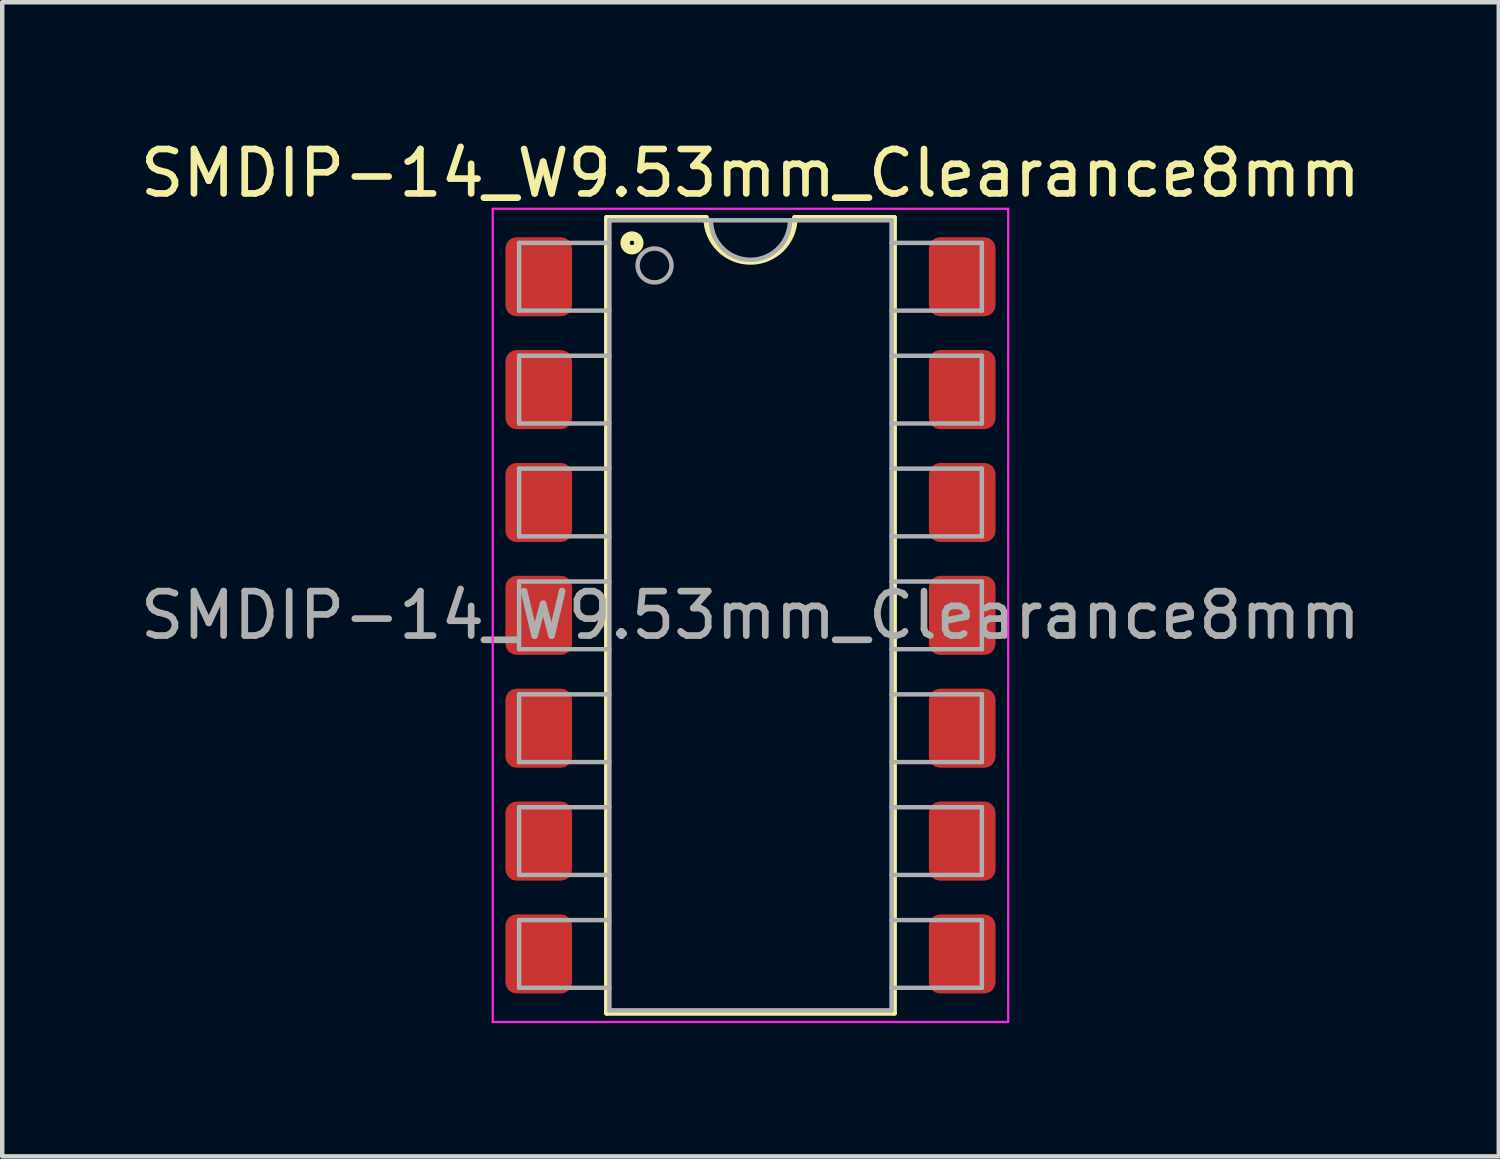
<source format=kicad_pcb>
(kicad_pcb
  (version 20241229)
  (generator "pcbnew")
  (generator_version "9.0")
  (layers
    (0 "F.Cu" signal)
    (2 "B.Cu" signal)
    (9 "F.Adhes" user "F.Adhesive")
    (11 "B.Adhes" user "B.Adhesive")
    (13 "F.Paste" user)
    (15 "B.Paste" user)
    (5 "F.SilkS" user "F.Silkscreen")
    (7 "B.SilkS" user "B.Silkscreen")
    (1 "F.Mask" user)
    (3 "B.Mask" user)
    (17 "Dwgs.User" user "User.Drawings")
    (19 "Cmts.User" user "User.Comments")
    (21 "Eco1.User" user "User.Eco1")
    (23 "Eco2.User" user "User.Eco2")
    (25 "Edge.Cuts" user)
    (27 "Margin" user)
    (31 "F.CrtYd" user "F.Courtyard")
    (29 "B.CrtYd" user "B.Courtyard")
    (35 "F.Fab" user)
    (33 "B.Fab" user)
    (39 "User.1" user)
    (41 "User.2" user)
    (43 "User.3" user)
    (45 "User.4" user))
  (footprint "SMDIP-14_W9.53mm_Clearance8mm"
    (layer "F.Cu")
    (at 13.839 10.798)
    (property "Reference" "SMDIP-14_W9.53mm_Clearance8mm" (at 0 -9.95 0) (layer "F.SilkS") (effects (font (size 1 1) (thickness 0.15))))
    (attr smd)
    (fp_line (start -3.235 -8.95) (end -3.235 8.95) (stroke (width 0.12) (type solid)) (layer "F.SilkS"))
    (fp_line (start -3.235 8.95) (end 3.235 8.95) (stroke (width 0.12) (type solid)) (layer "F.SilkS"))
    (fp_line (start -1 -8.95) (end -3.235 -8.95) (stroke (width 0.12) (type solid)) (layer "F.SilkS"))
    (fp_line (start 3.235 -8.95) (end 1 -8.95) (stroke (width 0.12) (type solid)) (layer "F.SilkS"))
    (fp_line (start 3.235 8.95) (end 3.235 -8.95) (stroke (width 0.12) (type solid)) (layer "F.SilkS"))
    (fp_arc (start 1 -8.95) (mid 0 -7.95) (end -1 -8.95) (stroke (width 0.12) (type solid)) (layer "F.SilkS"))
    (fp_circle (center -2.667 -8.382) (end -2.617 -8.382) (stroke (width 0.12) (type solid)) (fill no) (layer "F.SilkS"))
    (fp_circle (center -2.667 -8.382) (end -2.542 -8.382) (stroke (width 0.12) (type solid)) (fill no) (layer "F.SilkS"))
    (fp_circle (center -2.667 -8.382) (end -2.467 -8.382) (stroke (width 0.12) (type solid)) (fill no) (layer "F.SilkS"))
    (fp_line (start -5.8 -9.15) (end -5.8 9.15) (stroke (width 0.05) (type solid)) (layer "F.CrtYd"))
    (fp_line (start -5.8 9.15) (end 5.8 9.15) (stroke (width 0.05) (type solid)) (layer "F.CrtYd"))
    (fp_line (start 5.8 -9.15) (end -5.8 -9.15) (stroke (width 0.05) (type solid)) (layer "F.CrtYd"))
    (fp_line (start 5.8 9.15) (end 5.8 -9.15) (stroke (width 0.05) (type solid)) (layer "F.CrtYd"))
    (fp_line (start -5.207 -8.382) (end -5.207 -6.858) (stroke (width 0.1) (type solid)) (layer "F.Fab"))
    (fp_line (start -5.207 -8.382) (end -3.175 -8.382) (stroke (width 0.1) (type solid)) (layer "F.Fab"))
    (fp_line (start -5.207 -6.858) (end -3.175 -6.858) (stroke (width 0.1) (type solid)) (layer "F.Fab"))
    (fp_line (start -5.207 -5.842) (end -5.207 -4.318) (stroke (width 0.1) (type solid)) (layer "F.Fab"))
    (fp_line (start -5.207 -5.842) (end -3.175 -5.842) (stroke (width 0.1) (type solid)) (layer "F.Fab"))
    (fp_line (start -5.207 -4.318) (end -3.175 -4.318) (stroke (width 0.1) (type solid)) (layer "F.Fab"))
    (fp_line (start -5.207 -3.302) (end -5.207 -1.778) (stroke (width 0.1) (type solid)) (layer "F.Fab"))
    (fp_line (start -5.207 -3.302) (end -3.175 -3.302) (stroke (width 0.1) (type solid)) (layer "F.Fab"))
    (fp_line (start -5.207 -1.778) (end -3.175 -1.778) (stroke (width 0.1) (type solid)) (layer "F.Fab"))
    (fp_line (start -5.207 -0.762) (end -5.207 0.762) (stroke (width 0.1) (type solid)) (layer "F.Fab"))
    (fp_line (start -5.207 -0.762) (end -3.175 -0.762) (stroke (width 0.1) (type solid)) (layer "F.Fab"))
    (fp_line (start -5.207 0.762) (end -3.175 0.762) (stroke (width 0.1) (type solid)) (layer "F.Fab"))
    (fp_line (start -5.207 1.778) (end -5.207 3.302) (stroke (width 0.1) (type solid)) (layer "F.Fab"))
    (fp_line (start -5.207 1.778) (end -3.175 1.778) (stroke (width 0.1) (type solid)) (layer "F.Fab"))
    (fp_line (start -5.207 3.302) (end -3.175 3.302) (stroke (width 0.1) (type solid)) (layer "F.Fab"))
    (fp_line (start -5.207 4.318) (end -5.207 5.842) (stroke (width 0.1) (type solid)) (layer "F.Fab"))
    (fp_line (start -5.207 4.318) (end -3.175 4.318) (stroke (width 0.1) (type solid)) (layer "F.Fab"))
    (fp_line (start -5.207 5.842) (end -3.175 5.842) (stroke (width 0.1) (type solid)) (layer "F.Fab"))
    (fp_line (start -5.207 6.858) (end -5.207 8.382) (stroke (width 0.1) (type solid)) (layer "F.Fab"))
    (fp_line (start -5.207 6.858) (end -3.175 6.858) (stroke (width 0.1) (type solid)) (layer "F.Fab"))
    (fp_line (start -5.207 8.382) (end -3.175 8.382) (stroke (width 0.1) (type solid)) (layer "F.Fab"))
    (fp_line (start -3.175 -8.89) (end 3.175 -8.89) (stroke (width 0.1) (type solid)) (layer "F.Fab"))
    (fp_line (start -3.175 8.89) (end -3.175 -8.89) (stroke (width 0.1) (type solid)) (layer "F.Fab"))
    (fp_line (start 3.175 -8.89) (end 3.175 8.89) (stroke (width 0.1) (type solid)) (layer "F.Fab"))
    (fp_line (start 3.175 8.89) (end -3.175 8.89) (stroke (width 0.1) (type solid)) (layer "F.Fab"))
    (fp_line (start 5.207 -8.382) (end 3.175 -8.382) (stroke (width 0.1) (type solid)) (layer "F.Fab"))
    (fp_line (start 5.207 -6.858) (end 3.175 -6.858) (stroke (width 0.1) (type solid)) (layer "F.Fab"))
    (fp_line (start 5.207 -6.858) (end 5.207 -8.382) (stroke (width 0.1) (type solid)) (layer "F.Fab"))
    (fp_line (start 5.207 -5.842) (end 3.175 -5.842) (stroke (width 0.1) (type solid)) (layer "F.Fab"))
    (fp_line (start 5.207 -4.318) (end 3.175 -4.318) (stroke (width 0.1) (type solid)) (layer "F.Fab"))
    (fp_line (start 5.207 -4.318) (end 5.207 -5.842) (stroke (width 0.1) (type solid)) (layer "F.Fab"))
    (fp_line (start 5.207 -3.302) (end 3.175 -3.302) (stroke (width 0.1) (type solid)) (layer "F.Fab"))
    (fp_line (start 5.207 -1.778) (end 3.175 -1.778) (stroke (width 0.1) (type solid)) (layer "F.Fab"))
    (fp_line (start 5.207 -1.778) (end 5.207 -3.302) (stroke (width 0.1) (type solid)) (layer "F.Fab"))
    (fp_line (start 5.207 -0.762) (end 3.175 -0.762) (stroke (width 0.1) (type solid)) (layer "F.Fab"))
    (fp_line (start 5.207 0.762) (end 3.175 0.762) (stroke (width 0.1) (type solid)) (layer "F.Fab"))
    (fp_line (start 5.207 0.762) (end 5.207 -0.762) (stroke (width 0.1) (type solid)) (layer "F.Fab"))
    (fp_line (start 5.207 1.778) (end 3.175 1.778) (stroke (width 0.1) (type solid)) (layer "F.Fab"))
    (fp_line (start 5.207 3.302) (end 3.175 3.302) (stroke (width 0.1) (type solid)) (layer "F.Fab"))
    (fp_line (start 5.207 3.302) (end 5.207 1.778) (stroke (width 0.1) (type solid)) (layer "F.Fab"))
    (fp_line (start 5.207 4.318) (end 3.175 4.318) (stroke (width 0.1) (type solid)) (layer "F.Fab"))
    (fp_line (start 5.207 5.842) (end 3.175 5.842) (stroke (width 0.1) (type solid)) (layer "F.Fab"))
    (fp_line (start 5.207 5.842) (end 5.207 4.318) (stroke (width 0.1) (type solid)) (layer "F.Fab"))
    (fp_line (start 5.207 6.858) (end 3.175 6.858) (stroke (width 0.1) (type solid)) (layer "F.Fab"))
    (fp_line (start 5.207 8.382) (end 3.175 8.382) (stroke (width 0.1) (type solid)) (layer "F.Fab"))
    (fp_line (start 5.207 8.382) (end 5.207 6.858) (stroke (width 0.1) (type solid)) (layer "F.Fab"))
    (fp_arc (start 0.889 -8.89) (mid 0 -8.001) (end -0.889 -8.89) (stroke (width 0.1) (type solid)) (layer "F.Fab"))
    (fp_circle (center -2.159 -7.874) (end -1.778 -7.874) (stroke (width 0.1) (type solid)) (fill no) (layer "F.Fab"))
    (fp_text user "${REFERENCE}" (at 0 0 0) (layer "F.Fab") (effects (font (size 1 1) (thickness 0.15))))
    (pad "1" smd roundrect (at -4.765 -7.62) (size 1.5 1.78) (layers "F.Cu" "F.Mask" "F.Paste") (roundrect_rratio 0.167))
    (pad "2" smd roundrect (at -4.765 -5.08) (size 1.5 1.78) (layers "F.Cu" "F.Mask" "F.Paste") (roundrect_rratio 0.167))
    (pad "3" smd roundrect (at -4.765 -2.54) (size 1.5 1.78) (layers "F.Cu" "F.Mask" "F.Paste") (roundrect_rratio 0.167))
    (pad "4" smd roundrect (at -4.765 0) (size 1.5 1.78) (layers "F.Cu" "F.Mask" "F.Paste") (roundrect_rratio 0.167))
    (pad "5" smd roundrect (at -4.765 2.54) (size 1.5 1.78) (layers "F.Cu" "F.Mask" "F.Paste") (roundrect_rratio 0.167))
    (pad "6" smd roundrect (at -4.765 5.08) (size 1.5 1.78) (layers "F.Cu" "F.Mask" "F.Paste") (roundrect_rratio 0.167))
    (pad "7" smd roundrect (at -4.765 7.62) (size 1.5 1.78) (layers "F.Cu" "F.Mask" "F.Paste") (roundrect_rratio 0.167))
    (pad "8" smd roundrect (at 4.765 7.62) (size 1.5 1.78) (layers "F.Cu" "F.Mask" "F.Paste") (roundrect_rratio 0.167))
    (pad "9" smd roundrect (at 4.765 5.08) (size 1.5 1.78) (layers "F.Cu" "F.Mask" "F.Paste") (roundrect_rratio 0.167))
    (pad "10" smd roundrect (at 4.765 2.54) (size 1.5 1.78) (layers "F.Cu" "F.Mask" "F.Paste") (roundrect_rratio 0.167))
    (pad "11" smd roundrect (at 4.765 0) (size 1.5 1.78) (layers "F.Cu" "F.Mask" "F.Paste") (roundrect_rratio 0.167))
    (pad "12" smd roundrect (at 4.765 -2.54) (size 1.5 1.78) (layers "F.Cu" "F.Mask" "F.Paste") (roundrect_rratio 0.167))
    (pad "13" smd roundrect (at 4.765 -5.08) (size 1.5 1.78) (layers "F.Cu" "F.Mask" "F.Paste") (roundrect_rratio 0.167))
    (pad "14" smd roundrect (at 4.765 -7.62) (size 1.5 1.78) (layers "F.Cu" "F.Mask" "F.Paste") (roundrect_rratio 0.167)))
  (gr_rect
    (start -3 -3)
    (end 30.679 22.973)
    (stroke (width 0.1) (type default))
    (fill no)
    (layer "Edge.Cuts")))
</source>
